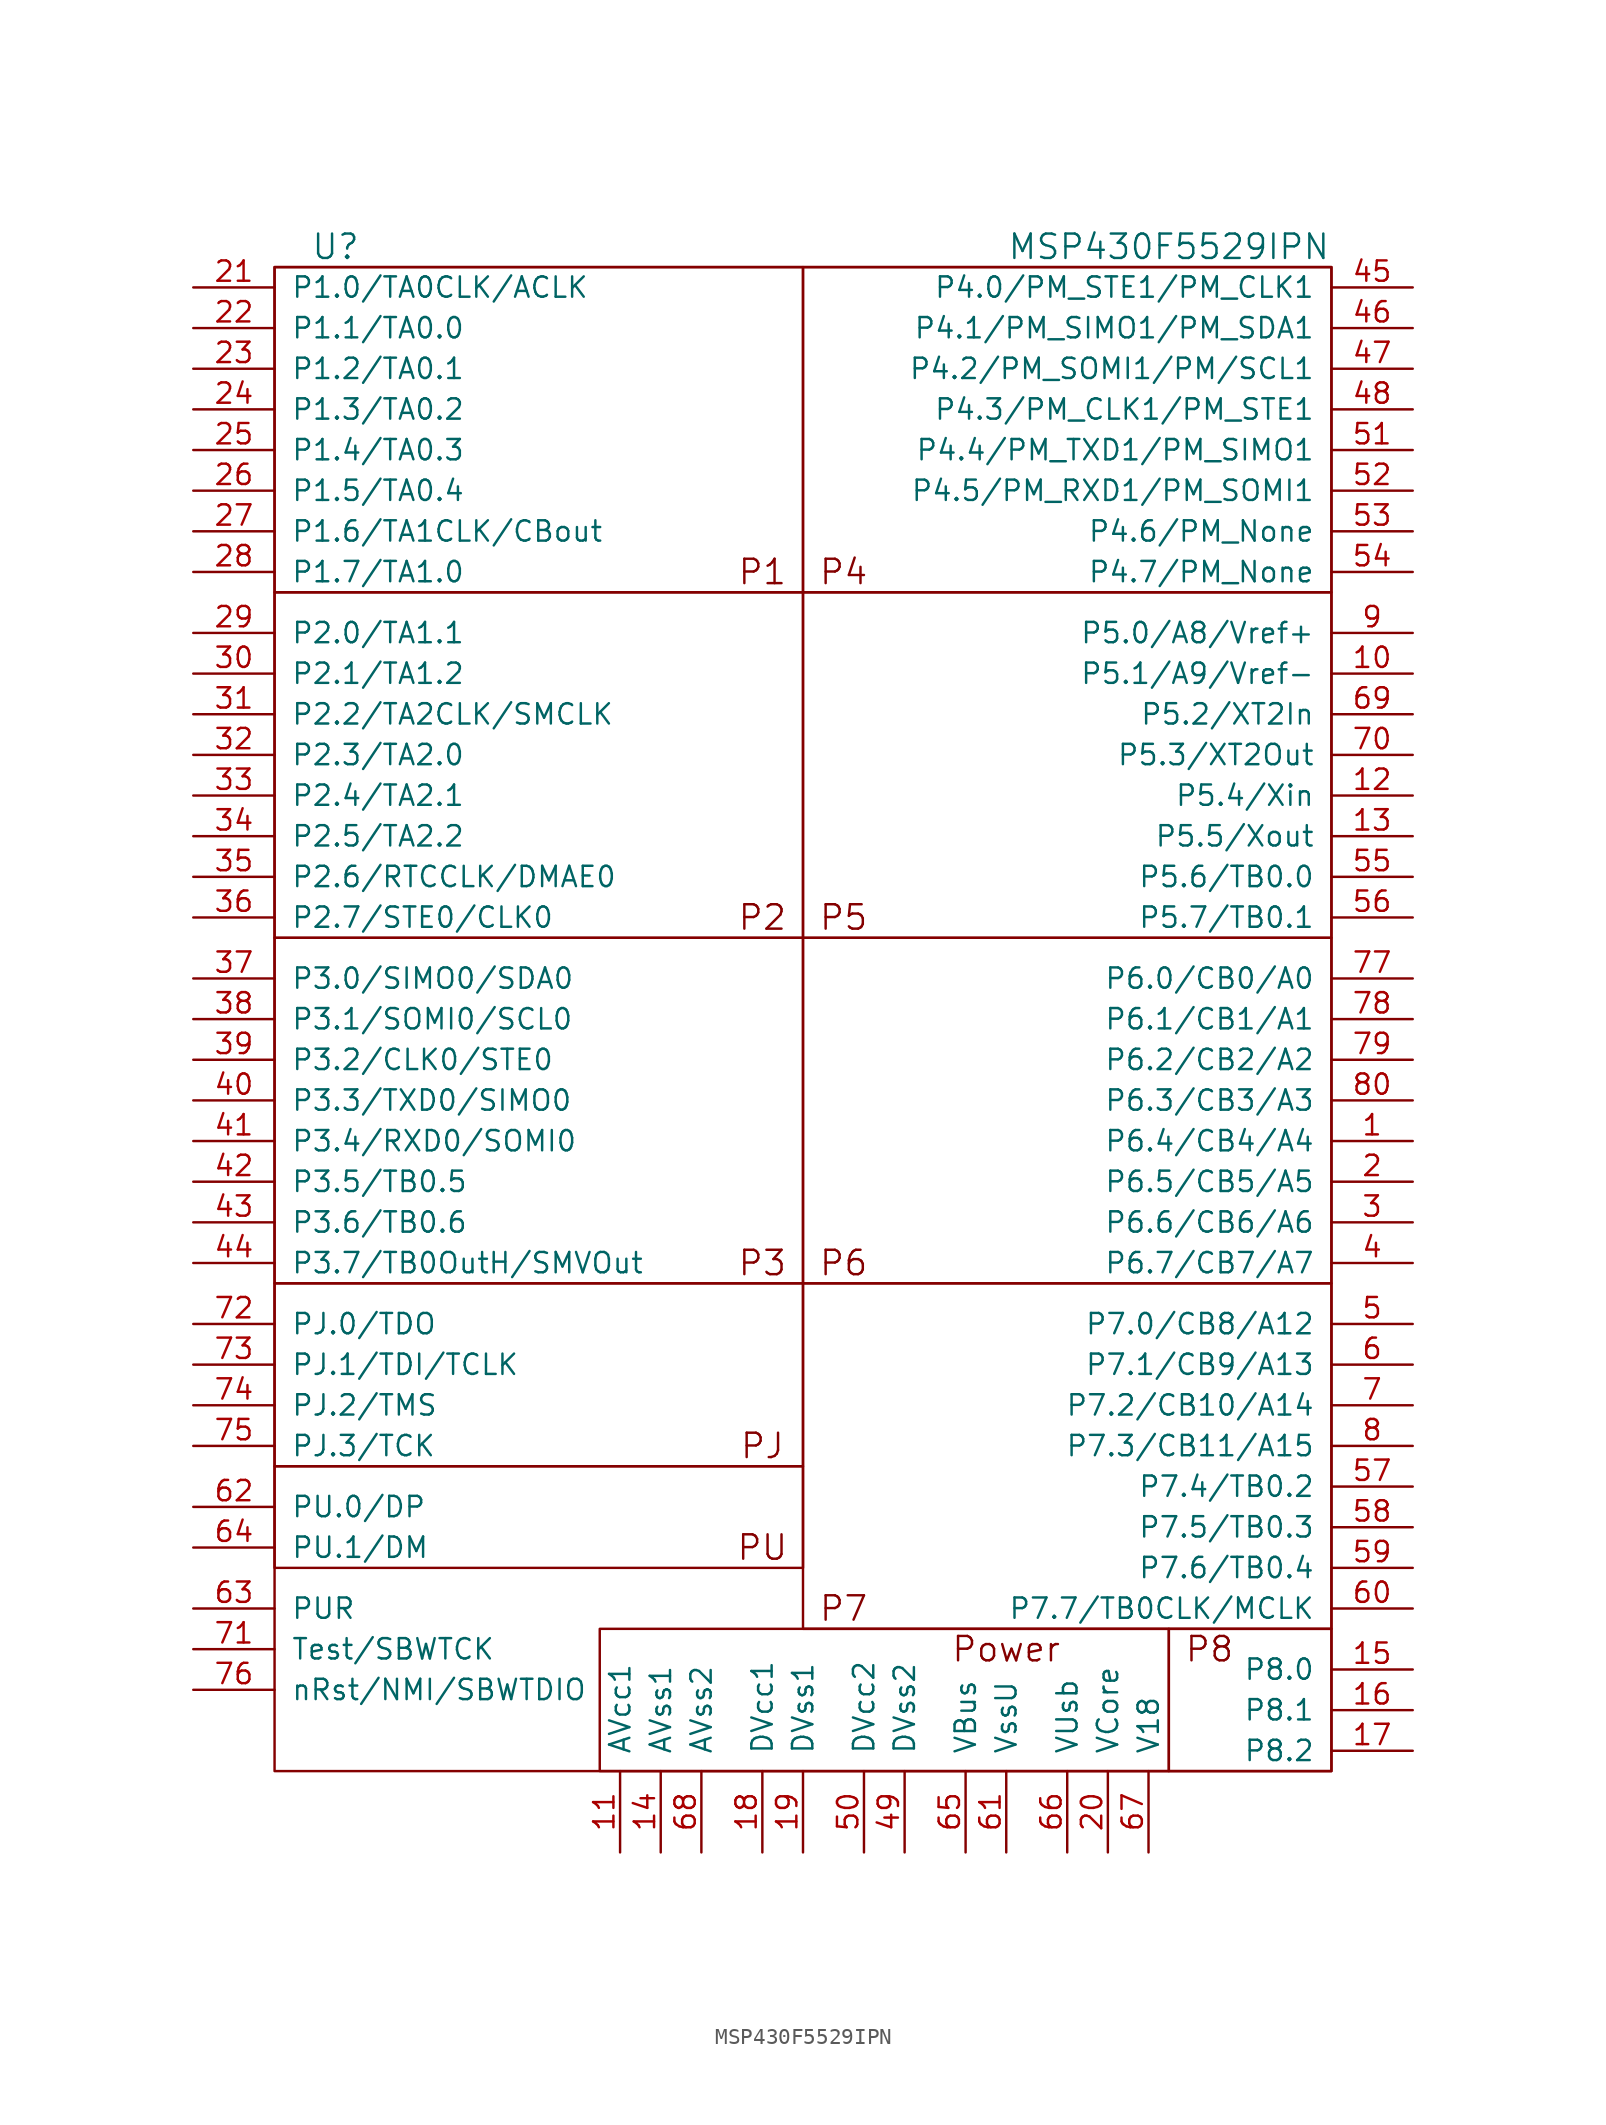
<source format=kicad_sym>
(kicad_symbol_lib
  (version 20211014)
  (generator kicad_symbol_editor)
  (symbol "MSP430F5529IPN"
    (pin_names
      (offset 1.016))
    (property "Reference" "U"
      (at -29.21 49.53 0)
      (effects (font (size 1.524 1.524))))
    (property "Value" "MSP430F5529IPN"
      (at 22.86 49.53 0)
      (effects (font (size 1.524 1.524))))
    (symbol "MSP430F5529IPN_0_0"
      (rectangle (start -33.02 -15.24) (end 0 -26.67) (stroke (width 0) (type default) (color 0 0 0 0)) (fill (type none)))
      (rectangle (start -33.02 6.35) (end 0 -15.24) (stroke (width 0) (type default) (color 0 0 0 0)) (fill (type none)))
      (rectangle (start -33.02 27.94) (end 0 6.35) (stroke (width 0) (type default) (color 0 0 0 0)) (fill (type none)))
      (rectangle (start -33.02 48.26) (end 33.02 -45.72) (stroke (width 0) (type default) (color 0 0 0 0)) (fill (type none)))
      (rectangle (start -12.7 -45.72) (end 22.86 -36.83) (stroke (width 0) (type default) (color 0 0 0 0)) (fill (type none)))
      (rectangle (start 0 -33.02) (end -33.02 -26.67) (stroke (width 0) (type default) (color 0 0 0 0)) (fill (type none)))
      (rectangle (start 0 -15.24) (end 33.02 -36.83) (stroke (width 0) (type default) (color 0 0 0 0)) (fill (type none)))
      (rectangle (start 0 6.35) (end 33.02 -15.24) (stroke (width 0) (type default) (color 0 0 0 0)) (fill (type none)))
      (rectangle (start 0 27.94) (end -33.02 48.26) (stroke (width 0) (type default) (color 0 0 0 0)) (fill (type none)))
      (rectangle (start 0 27.94) (end 33.02 6.35) (stroke (width 0) (type default) (color 0 0 0 0)) (fill (type none)))
      (rectangle (start 22.86 -36.83) (end 33.02 -45.72) (stroke (width 0) (type default) (color 0 0 0 0)) (fill (type none)))
      (rectangle (start 33.02 27.94) (end 0 48.26) (stroke (width 0) (type default) (color 0 0 0 0)) (fill (type none)))
      (text "P1" (at -2.54 29.21 0) (effects (font (size 1.524 1.524))))
      (text "P2" (at -2.54 7.62 0) (effects (font (size 1.524 1.524))))
      (text "P3" (at -2.54 -13.97 0) (effects (font (size 1.524 1.524))))
      (text "P4" (at 2.54 29.21 0) (effects (font (size 1.524 1.524))))
      (text "P5" (at 2.54 7.62 0) (effects (font (size 1.524 1.524))))
      (text "P6" (at 2.54 -13.97 0) (effects (font (size 1.524 1.524))))
      (text "P7" (at 2.54 -35.56 0) (effects (font (size 1.524 1.524))))
      (text "P8" (at 25.4 -38.1 0) (effects (font (size 1.524 1.524))))
      (text "PJ" (at -2.54 -25.4 0) (effects (font (size 1.524 1.524))))
      (text "Power" (at 12.7 -38.1 0) (effects (font (size 1.524 1.524))))
      (text "PU" (at -2.54 -31.75 0) (effects (font (size 1.524 1.524)))))
    (symbol "MSP430F5529IPN_1_1"
      (pin bidirectional line (at 38.1 -6.35 180) (length 5.08) (name "P6.4/CB4/A4" (effects (font (size 1.27 1.27)))) (number "1" (effects (font (size 1.27 1.27)))))
      (pin bidirectional line (at 38.1 22.86 180) (length 5.08) (name "P5.1/A9/Vref-" (effects (font (size 1.27 1.27)))) (number "10" (effects (font (size 1.27 1.27)))))
      (pin bidirectional line (at -11.43 -50.8 90) (length 5.08) (name "AVcc1" (effects (font (size 1.27 1.27)))) (number "11" (effects (font (size 1.27 1.27)))))
      (pin bidirectional line (at 38.1 15.24 180) (length 5.08) (name "P5.4/Xin" (effects (font (size 1.27 1.27)))) (number "12" (effects (font (size 1.27 1.27)))))
      (pin bidirectional line (at 38.1 12.7 180) (length 5.08) (name "P5.5/Xout" (effects (font (size 1.27 1.27)))) (number "13" (effects (font (size 1.27 1.27)))))
      (pin bidirectional line (at -8.89 -50.8 90) (length 5.08) (name "AVss1" (effects (font (size 1.27 1.27)))) (number "14" (effects (font (size 1.27 1.27)))))
      (pin bidirectional line (at 38.1 -39.37 180) (length 5.08) (name "P8.0" (effects (font (size 1.27 1.27)))) (number "15" (effects (font (size 1.27 1.27)))))
      (pin bidirectional line (at 38.1 -41.91 180) (length 5.08) (name "P8.1" (effects (font (size 1.27 1.27)))) (number "16" (effects (font (size 1.27 1.27)))))
      (pin bidirectional line (at 38.1 -44.45 180) (length 5.08) (name "P8.2" (effects (font (size 1.27 1.27)))) (number "17" (effects (font (size 1.27 1.27)))))
      (pin bidirectional line (at -2.54 -50.8 90) (length 5.08) (name "DVcc1" (effects (font (size 1.27 1.27)))) (number "18" (effects (font (size 1.27 1.27)))))
      (pin bidirectional line (at 0 -50.8 90) (length 5.08) (name "DVss1" (effects (font (size 1.27 1.27)))) (number "19" (effects (font (size 1.27 1.27)))))
      (pin bidirectional line (at 38.1 -8.89 180) (length 5.08) (name "P6.5/CB5/A5" (effects (font (size 1.27 1.27)))) (number "2" (effects (font (size 1.27 1.27)))))
      (pin bidirectional line (at 19.05 -50.8 90) (length 5.08) (name "VCore" (effects (font (size 1.27 1.27)))) (number "20" (effects (font (size 1.27 1.27)))))
      (pin bidirectional line (at -38.1 46.99 0) (length 5.08) (name "P1.0/TA0CLK/ACLK" (effects (font (size 1.27 1.27)))) (number "21" (effects (font (size 1.27 1.27)))))
      (pin bidirectional line (at -38.1 44.45 0) (length 5.08) (name "P1.1/TA0.0" (effects (font (size 1.27 1.27)))) (number "22" (effects (font (size 1.27 1.27)))))
      (pin bidirectional line (at -38.1 41.91 0) (length 5.08) (name "P1.2/TA0.1" (effects (font (size 1.27 1.27)))) (number "23" (effects (font (size 1.27 1.27)))))
      (pin bidirectional line (at -38.1 39.37 0) (length 5.08) (name "P1.3/TA0.2" (effects (font (size 1.27 1.27)))) (number "24" (effects (font (size 1.27 1.27)))))
      (pin bidirectional line (at -38.1 36.83 0) (length 5.08) (name "P1.4/TA0.3" (effects (font (size 1.27 1.27)))) (number "25" (effects (font (size 1.27 1.27)))))
      (pin bidirectional line (at -38.1 34.29 0) (length 5.08) (name "P1.5/TA0.4" (effects (font (size 1.27 1.27)))) (number "26" (effects (font (size 1.27 1.27)))))
      (pin bidirectional line (at -38.1 31.75 0) (length 5.08) (name "P1.6/TA1CLK/CBout" (effects (font (size 1.27 1.27)))) (number "27" (effects (font (size 1.27 1.27)))))
      (pin bidirectional line (at -38.1 29.21 0) (length 5.08) (name "P1.7/TA1.0" (effects (font (size 1.27 1.27)))) (number "28" (effects (font (size 1.27 1.27)))))
      (pin bidirectional line (at -38.1 25.4 0) (length 5.08) (name "P2.0/TA1.1" (effects (font (size 1.27 1.27)))) (number "29" (effects (font (size 1.27 1.27)))))
      (pin bidirectional line (at 38.1 -11.43 180) (length 5.08) (name "P6.6/CB6/A6" (effects (font (size 1.27 1.27)))) (number "3" (effects (font (size 1.27 1.27)))))
      (pin bidirectional line (at -38.1 22.86 0) (length 5.08) (name "P2.1/TA1.2" (effects (font (size 1.27 1.27)))) (number "30" (effects (font (size 1.27 1.27)))))
      (pin bidirectional line (at -38.1 20.32 0) (length 5.08) (name "P2.2/TA2CLK/SMCLK" (effects (font (size 1.27 1.27)))) (number "31" (effects (font (size 1.27 1.27)))))
      (pin bidirectional line (at -38.1 17.78 0) (length 5.08) (name "P2.3/TA2.0" (effects (font (size 1.27 1.27)))) (number "32" (effects (font (size 1.27 1.27)))))
      (pin bidirectional line (at -38.1 15.24 0) (length 5.08) (name "P2.4/TA2.1" (effects (font (size 1.27 1.27)))) (number "33" (effects (font (size 1.27 1.27)))))
      (pin bidirectional line (at -38.1 12.7 0) (length 5.08) (name "P2.5/TA2.2" (effects (font (size 1.27 1.27)))) (number "34" (effects (font (size 1.27 1.27)))))
      (pin bidirectional line (at -38.1 10.16 0) (length 5.08) (name "P2.6/RTCCLK/DMAE0" (effects (font (size 1.27 1.27)))) (number "35" (effects (font (size 1.27 1.27)))))
      (pin bidirectional line (at -38.1 7.62 0) (length 5.08) (name "P2.7/STE0/CLK0" (effects (font (size 1.27 1.27)))) (number "36" (effects (font (size 1.27 1.27)))))
      (pin bidirectional line (at -38.1 3.81 0) (length 5.08) (name "P3.0/SIMO0/SDA0" (effects (font (size 1.27 1.27)))) (number "37" (effects (font (size 1.27 1.27)))))
      (pin bidirectional line (at -38.1 1.27 0) (length 5.08) (name "P3.1/SOMI0/SCL0" (effects (font (size 1.27 1.27)))) (number "38" (effects (font (size 1.27 1.27)))))
      (pin bidirectional line (at -38.1 -1.27 0) (length 5.08) (name "P3.2/CLK0/STE0" (effects (font (size 1.27 1.27)))) (number "39" (effects (font (size 1.27 1.27)))))
      (pin bidirectional line (at 38.1 -13.97 180) (length 5.08) (name "P6.7/CB7/A7" (effects (font (size 1.27 1.27)))) (number "4" (effects (font (size 1.27 1.27)))))
      (pin bidirectional line (at -38.1 -3.81 0) (length 5.08) (name "P3.3/TXD0/SIMO0" (effects (font (size 1.27 1.27)))) (number "40" (effects (font (size 1.27 1.27)))))
      (pin bidirectional line (at -38.1 -6.35 0) (length 5.08) (name "P3.4/RXD0/SOMI0" (effects (font (size 1.27 1.27)))) (number "41" (effects (font (size 1.27 1.27)))))
      (pin bidirectional line (at -38.1 -8.89 0) (length 5.08) (name "P3.5/TB0.5" (effects (font (size 1.27 1.27)))) (number "42" (effects (font (size 1.27 1.27)))))
      (pin bidirectional line (at -38.1 -11.43 0) (length 5.08) (name "P3.6/TB0.6" (effects (font (size 1.27 1.27)))) (number "43" (effects (font (size 1.27 1.27)))))
      (pin bidirectional line (at -38.1 -13.97 0) (length 5.08) (name "P3.7/TB0OutH/SMVOut" (effects (font (size 1.27 1.27)))) (number "44" (effects (font (size 1.27 1.27)))))
      (pin bidirectional line (at 38.1 46.99 180) (length 5.08) (name "P4.0/PM_STE1/PM_CLK1" (effects (font (size 1.27 1.27)))) (number "45" (effects (font (size 1.27 1.27)))))
      (pin bidirectional line (at 38.1 44.45 180) (length 5.08) (name "P4.1/PM_SIMO1/PM_SDA1" (effects (font (size 1.27 1.27)))) (number "46" (effects (font (size 1.27 1.27)))))
      (pin bidirectional line (at 38.1 41.91 180) (length 5.08) (name "P4.2/PM_SOMI1/PM/SCL1" (effects (font (size 1.27 1.27)))) (number "47" (effects (font (size 1.27 1.27)))))
      (pin bidirectional line (at 38.1 39.37 180) (length 5.08) (name "P4.3/PM_CLK1/PM_STE1" (effects (font (size 1.27 1.27)))) (number "48" (effects (font (size 1.27 1.27)))))
      (pin bidirectional line (at 6.35 -50.8 90) (length 5.08) (name "DVss2" (effects (font (size 1.27 1.27)))) (number "49" (effects (font (size 1.27 1.27)))))
      (pin bidirectional line (at 38.1 -17.78 180) (length 5.08) (name "P7.0/CB8/A12" (effects (font (size 1.27 1.27)))) (number "5" (effects (font (size 1.27 1.27)))))
      (pin bidirectional line (at 3.81 -50.8 90) (length 5.08) (name "DVcc2" (effects (font (size 1.27 1.27)))) (number "50" (effects (font (size 1.27 1.27)))))
      (pin bidirectional line (at 38.1 36.83 180) (length 5.08) (name "P4.4/PM_TXD1/PM_SIMO1" (effects (font (size 1.27 1.27)))) (number "51" (effects (font (size 1.27 1.27)))))
      (pin bidirectional line (at 38.1 34.29 180) (length 5.08) (name "P4.5/PM_RXD1/PM_SOMI1" (effects (font (size 1.27 1.27)))) (number "52" (effects (font (size 1.27 1.27)))))
      (pin bidirectional line (at 38.1 31.75 180) (length 5.08) (name "P4.6/PM_None" (effects (font (size 1.27 1.27)))) (number "53" (effects (font (size 1.27 1.27)))))
      (pin bidirectional line (at 38.1 29.21 180) (length 5.08) (name "P4.7/PM_None" (effects (font (size 1.27 1.27)))) (number "54" (effects (font (size 1.27 1.27)))))
      (pin bidirectional line (at 38.1 10.16 180) (length 5.08) (name "P5.6/TB0.0" (effects (font (size 1.27 1.27)))) (number "55" (effects (font (size 1.27 1.27)))))
      (pin bidirectional line (at 38.1 7.62 180) (length 5.08) (name "P5.7/TB0.1" (effects (font (size 1.27 1.27)))) (number "56" (effects (font (size 1.27 1.27)))))
      (pin bidirectional line (at 38.1 -27.94 180) (length 5.08) (name "P7.4/TB0.2" (effects (font (size 1.27 1.27)))) (number "57" (effects (font (size 1.27 1.27)))))
      (pin bidirectional line (at 38.1 -30.48 180) (length 5.08) (name "P7.5/TB0.3" (effects (font (size 1.27 1.27)))) (number "58" (effects (font (size 1.27 1.27)))))
      (pin bidirectional line (at 38.1 -33.02 180) (length 5.08) (name "P7.6/TB0.4" (effects (font (size 1.27 1.27)))) (number "59" (effects (font (size 1.27 1.27)))))
      (pin bidirectional line (at 38.1 -20.32 180) (length 5.08) (name "P7.1/CB9/A13" (effects (font (size 1.27 1.27)))) (number "6" (effects (font (size 1.27 1.27)))))
      (pin bidirectional line (at 38.1 -35.56 180) (length 5.08) (name "P7.7/TB0CLK/MCLK" (effects (font (size 1.27 1.27)))) (number "60" (effects (font (size 1.27 1.27)))))
      (pin bidirectional line (at 12.7 -50.8 90) (length 5.08) (name "VssU" (effects (font (size 1.27 1.27)))) (number "61" (effects (font (size 1.27 1.27)))))
      (pin bidirectional line (at -38.1 -29.21 0) (length 5.08) (name "PU.0/DP" (effects (font (size 1.27 1.27)))) (number "62" (effects (font (size 1.27 1.27)))))
      (pin bidirectional line (at -38.1 -35.56 0) (length 5.08) (name "PUR" (effects (font (size 1.27 1.27)))) (number "63" (effects (font (size 1.27 1.27)))))
      (pin bidirectional line (at -38.1 -31.75 0) (length 5.08) (name "PU.1/DM" (effects (font (size 1.27 1.27)))) (number "64" (effects (font (size 1.27 1.27)))))
      (pin bidirectional line (at 10.16 -50.8 90) (length 5.08) (name "VBus" (effects (font (size 1.27 1.27)))) (number "65" (effects (font (size 1.27 1.27)))))
      (pin bidirectional line (at 16.51 -50.8 90) (length 5.08) (name "VUsb" (effects (font (size 1.27 1.27)))) (number "66" (effects (font (size 1.27 1.27)))))
      (pin bidirectional line (at 21.59 -50.8 90) (length 5.08) (name "V18" (effects (font (size 1.27 1.27)))) (number "67" (effects (font (size 1.27 1.27)))))
      (pin bidirectional line (at -6.35 -50.8 90) (length 5.08) (name "AVss2" (effects (font (size 1.27 1.27)))) (number "68" (effects (font (size 1.27 1.27)))))
      (pin bidirectional line (at 38.1 20.32 180) (length 5.08) (name "P5.2/XT2In" (effects (font (size 1.27 1.27)))) (number "69" (effects (font (size 1.27 1.27)))))
      (pin bidirectional line (at 38.1 -22.86 180) (length 5.08) (name "P7.2/CB10/A14" (effects (font (size 1.27 1.27)))) (number "7" (effects (font (size 1.27 1.27)))))
      (pin bidirectional line (at 38.1 17.78 180) (length 5.08) (name "P5.3/XT2Out" (effects (font (size 1.27 1.27)))) (number "70" (effects (font (size 1.27 1.27)))))
      (pin bidirectional line (at -38.1 -38.1 0) (length 5.08) (name "Test/SBWTCK" (effects (font (size 1.27 1.27)))) (number "71" (effects (font (size 1.27 1.27)))))
      (pin bidirectional line (at -38.1 -17.78 0) (length 5.08) (name "PJ.0/TDO" (effects (font (size 1.27 1.27)))) (number "72" (effects (font (size 1.27 1.27)))))
      (pin bidirectional line (at -38.1 -20.32 0) (length 5.08) (name "PJ.1/TDI/TCLK" (effects (font (size 1.27 1.27)))) (number "73" (effects (font (size 1.27 1.27)))))
      (pin bidirectional line (at -38.1 -22.86 0) (length 5.08) (name "PJ.2/TMS" (effects (font (size 1.27 1.27)))) (number "74" (effects (font (size 1.27 1.27)))))
      (pin bidirectional line (at -38.1 -25.4 0) (length 5.08) (name "PJ.3/TCK" (effects (font (size 1.27 1.27)))) (number "75" (effects (font (size 1.27 1.27)))))
      (pin bidirectional line (at -38.1 -40.64 0) (length 5.08) (name "nRst/NMI/SBWTDIO" (effects (font (size 1.27 1.27)))) (number "76" (effects (font (size 1.27 1.27)))))
      (pin bidirectional line (at 38.1 3.81 180) (length 5.08) (name "P6.0/CB0/A0" (effects (font (size 1.27 1.27)))) (number "77" (effects (font (size 1.27 1.27)))))
      (pin bidirectional line (at 38.1 1.27 180) (length 5.08) (name "P6.1/CB1/A1" (effects (font (size 1.27 1.27)))) (number "78" (effects (font (size 1.27 1.27)))))
      (pin bidirectional line (at 38.1 -1.27 180) (length 5.08) (name "P6.2/CB2/A2" (effects (font (size 1.27 1.27)))) (number "79" (effects (font (size 1.27 1.27)))))
      (pin bidirectional line (at 38.1 -25.4 180) (length 5.08) (name "P7.3/CB11/A15" (effects (font (size 1.27 1.27)))) (number "8" (effects (font (size 1.27 1.27)))))
      (pin bidirectional line (at 38.1 -3.81 180) (length 5.08) (name "P6.3/CB3/A3" (effects (font (size 1.27 1.27)))) (number "80" (effects (font (size 1.27 1.27)))))
      (pin bidirectional line (at 38.1 25.4 180) (length 5.08) (name "P5.0/A8/Vref+" (effects (font (size 1.27 1.27)))) (number "9" (effects (font (size 1.27 1.27))))))))
</source>
